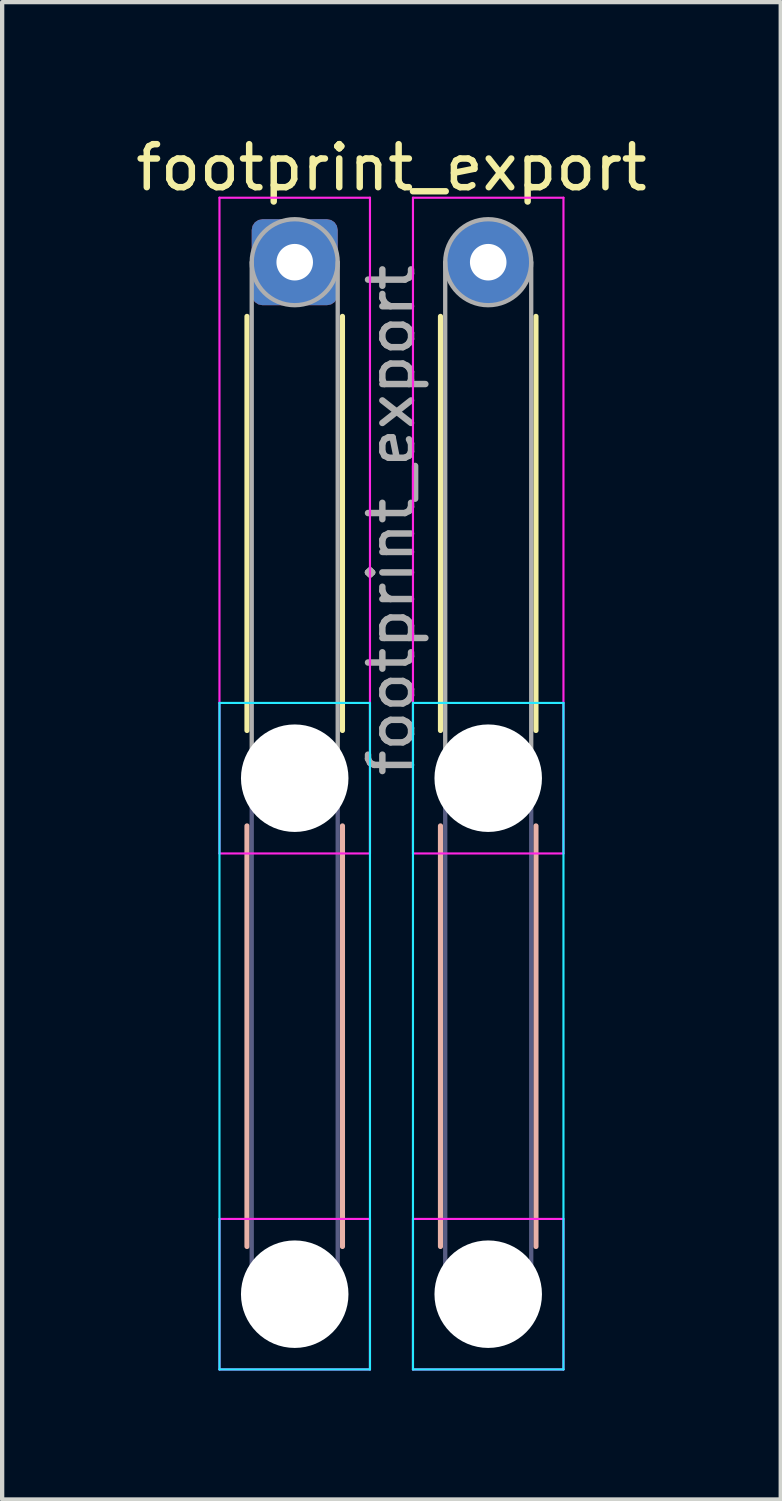
<source format=kicad_pcb>
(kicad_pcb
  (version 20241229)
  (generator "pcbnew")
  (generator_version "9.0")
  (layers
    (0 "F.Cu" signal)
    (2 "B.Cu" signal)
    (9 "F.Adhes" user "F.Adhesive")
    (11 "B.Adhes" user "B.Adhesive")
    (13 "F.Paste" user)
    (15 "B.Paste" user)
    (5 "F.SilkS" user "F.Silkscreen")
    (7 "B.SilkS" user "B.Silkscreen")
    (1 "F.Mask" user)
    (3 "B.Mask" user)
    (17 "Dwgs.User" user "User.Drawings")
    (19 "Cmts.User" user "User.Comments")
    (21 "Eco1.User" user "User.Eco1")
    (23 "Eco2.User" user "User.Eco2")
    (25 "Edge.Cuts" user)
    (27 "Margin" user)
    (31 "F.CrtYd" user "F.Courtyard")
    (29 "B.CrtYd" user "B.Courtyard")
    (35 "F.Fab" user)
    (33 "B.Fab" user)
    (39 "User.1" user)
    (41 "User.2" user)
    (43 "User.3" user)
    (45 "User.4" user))
  (footprint "footprint_export"
    (layer "F.Cu")
    (at 3.804 3.048)
    (property "Reference" "footprint_export" (at 2.25 -2.2 0) (layer "F.SilkS") (effects (font (size 1 1) (thickness 0.15))))
    (attr exclude_from_pos_files exclude_from_bom)
    (fp_line (start -1.11 1.26) (end -1.11 10.89) (stroke (width 0.12) (type solid)) (layer "F.SilkS"))
    (fp_line (start 1.11 1.26) (end 1.11 10.89) (stroke (width 0.12) (type solid)) (layer "F.SilkS"))
    (fp_line (start 3.39 1.26) (end 3.39 10.89) (stroke (width 0.12) (type solid)) (layer "F.SilkS"))
    (fp_line (start 5.61 1.26) (end 5.61 10.89) (stroke (width 0.12) (type solid)) (layer "F.SilkS"))
    (fp_line (start -1.11 13.11) (end -1.11 22.89) (stroke (width 0.12) (type solid)) (layer "B.SilkS"))
    (fp_line (start 1.11 13.11) (end 1.11 22.89) (stroke (width 0.12) (type solid)) (layer "B.SilkS"))
    (fp_line (start 3.39 13.11) (end 3.39 22.89) (stroke (width 0.12) (type solid)) (layer "B.SilkS"))
    (fp_line (start 5.61 13.11) (end 5.61 22.89) (stroke (width 0.12) (type solid)) (layer "B.SilkS"))
    (fp_line (start -1.75 10.25) (end -1.75 25.75) (stroke (width 0.05) (type solid)) (layer "B.CrtYd"))
    (fp_line (start -1.75 25.75) (end 1.75 25.75) (stroke (width 0.05) (type solid)) (layer "B.CrtYd"))
    (fp_line (start 1.75 10.25) (end -1.75 10.25) (stroke (width 0.05) (type solid)) (layer "B.CrtYd"))
    (fp_line (start 1.75 25.75) (end 1.75 10.25) (stroke (width 0.05) (type solid)) (layer "B.CrtYd"))
    (fp_line (start 2.75 10.25) (end 2.75 25.75) (stroke (width 0.05) (type solid)) (layer "B.CrtYd"))
    (fp_line (start 2.75 25.75) (end 6.25 25.75) (stroke (width 0.05) (type solid)) (layer "B.CrtYd"))
    (fp_line (start 6.25 10.25) (end 2.75 10.25) (stroke (width 0.05) (type solid)) (layer "B.CrtYd"))
    (fp_line (start 6.25 25.75) (end 6.25 10.25) (stroke (width 0.05) (type solid)) (layer "B.CrtYd"))
    (fp_line (start -1.75 -1.5) (end -1.75 13.75) (stroke (width 0.05) (type solid)) (layer "F.CrtYd"))
    (fp_line (start -1.75 13.75) (end 1.75 13.75) (stroke (width 0.05) (type solid)) (layer "F.CrtYd"))
    (fp_line (start -1.75 22.25) (end -1.75 25.75) (stroke (width 0.05) (type solid)) (layer "F.CrtYd"))
    (fp_line (start -1.75 25.75) (end 1.75 25.75) (stroke (width 0.05) (type solid)) (layer "F.CrtYd"))
    (fp_line (start 1.75 -1.5) (end -1.75 -1.5) (stroke (width 0.05) (type solid)) (layer "F.CrtYd"))
    (fp_line (start 1.75 13.75) (end 1.75 -1.5) (stroke (width 0.05) (type solid)) (layer "F.CrtYd"))
    (fp_line (start 1.75 22.25) (end -1.75 22.25) (stroke (width 0.05) (type solid)) (layer "F.CrtYd"))
    (fp_line (start 1.75 25.75) (end 1.75 22.25) (stroke (width 0.05) (type solid)) (layer "F.CrtYd"))
    (fp_line (start 2.75 -1.5) (end 2.75 13.75) (stroke (width 0.05) (type solid)) (layer "F.CrtYd"))
    (fp_line (start 2.75 13.75) (end 6.25 13.75) (stroke (width 0.05) (type solid)) (layer "F.CrtYd"))
    (fp_line (start 2.75 22.25) (end 2.75 25.75) (stroke (width 0.05) (type solid)) (layer "F.CrtYd"))
    (fp_line (start 2.75 25.75) (end 6.25 25.75) (stroke (width 0.05) (type solid)) (layer "F.CrtYd"))
    (fp_line (start 6.25 -1.5) (end 2.75 -1.5) (stroke (width 0.05) (type solid)) (layer "F.CrtYd"))
    (fp_line (start 6.25 13.75) (end 6.25 -1.5) (stroke (width 0.05) (type solid)) (layer "F.CrtYd"))
    (fp_line (start 6.25 22.25) (end 2.75 22.25) (stroke (width 0.05) (type solid)) (layer "F.CrtYd"))
    (fp_line (start 6.25 25.75) (end 6.25 22.25) (stroke (width 0.05) (type solid)) (layer "F.CrtYd"))
    (fp_line (start -1 12) (end -1 24) (stroke (width 0.1) (type solid)) (layer "B.Fab"))
    (fp_line (start 1 12) (end 1 24) (stroke (width 0.1) (type solid)) (layer "B.Fab"))
    (fp_line (start 3.5 12) (end 3.5 24) (stroke (width 0.1) (type solid)) (layer "B.Fab"))
    (fp_line (start 5.5 12) (end 5.5 24) (stroke (width 0.1) (type solid)) (layer "B.Fab"))
    (fp_circle (center 0 12) (end 1 12) (stroke (width 0.1) (type solid)) (fill no) (layer "B.Fab"))
    (fp_circle (center 0 24) (end 1 24) (stroke (width 0.1) (type solid)) (fill no) (layer "B.Fab"))
    (fp_circle (center 4.5 12) (end 5.5 12) (stroke (width 0.1) (type solid)) (fill no) (layer "B.Fab"))
    (fp_circle (center 4.5 24) (end 5.5 24) (stroke (width 0.1) (type solid)) (fill no) (layer "B.Fab"))
    (fp_line (start -1 0) (end -1 12) (stroke (width 0.1) (type solid)) (layer "F.Fab"))
    (fp_line (start 1 0) (end 1 12) (stroke (width 0.1) (type solid)) (layer "F.Fab"))
    (fp_line (start 3.5 0) (end 3.5 12) (stroke (width 0.1) (type solid)) (layer "F.Fab"))
    (fp_line (start 5.5 0) (end 5.5 12) (stroke (width 0.1) (type solid)) (layer "F.Fab"))
    (fp_circle (center 0 0) (end 1 0) (stroke (width 0.1) (type solid)) (fill no) (layer "F.Fab"))
    (fp_circle (center 0 12) (end 1 12) (stroke (width 0.1) (type solid)) (fill no) (layer "F.Fab"))
    (fp_circle (center 0 24) (end 1 24) (stroke (width 0.1) (type solid)) (fill no) (layer "F.Fab"))
    (fp_circle (center 4.5 0) (end 5.5 0) (stroke (width 0.1) (type solid)) (fill no) (layer "F.Fab"))
    (fp_circle (center 4.5 12) (end 5.5 12) (stroke (width 0.1) (type solid)) (fill no) (layer "F.Fab"))
    (fp_circle (center 4.5 24) (end 5.5 24) (stroke (width 0.1) (type solid)) (fill no) (layer "F.Fab"))
    (fp_text user "${REFERENCE}" (at 2.25 6 90) (layer "F.Fab") (effects (font (size 1 1) (thickness 0.15))))
    (pad "" np_thru_hole circle (at 0 12) (size 2.5 2.5) (drill 2.5) (layers "*.Cu" "*.Mask"))
    (pad "" np_thru_hole circle (at 0 24) (size 2.5 2.5) (drill 2.5) (layers "*.Cu" "*.Mask"))
    (pad "" np_thru_hole circle (at 4.5 12) (size 2.5 2.5) (drill 2.5) (layers "*.Cu" "*.Mask"))
    (pad "" np_thru_hole circle (at 4.5 24) (size 2.5 2.5) (drill 2.5) (layers "*.Cu" "*.Mask"))
    (pad "1" thru_hole roundrect (at 0 0) (size 2 2) (drill 0.85) (layers "*.Cu" "*.Mask") (roundrect_rratio 0.125))
    (pad "2" thru_hole circle (at 4.5 0) (size 2 2) (drill 0.85) (layers "*.Cu" "*.Mask")))
  (gr_rect
    (start -3 -3)
    (end 15.107 31.823)
    (stroke (width 0.1) (type default))
    (fill no)
    (layer "Edge.Cuts")))
</source>
